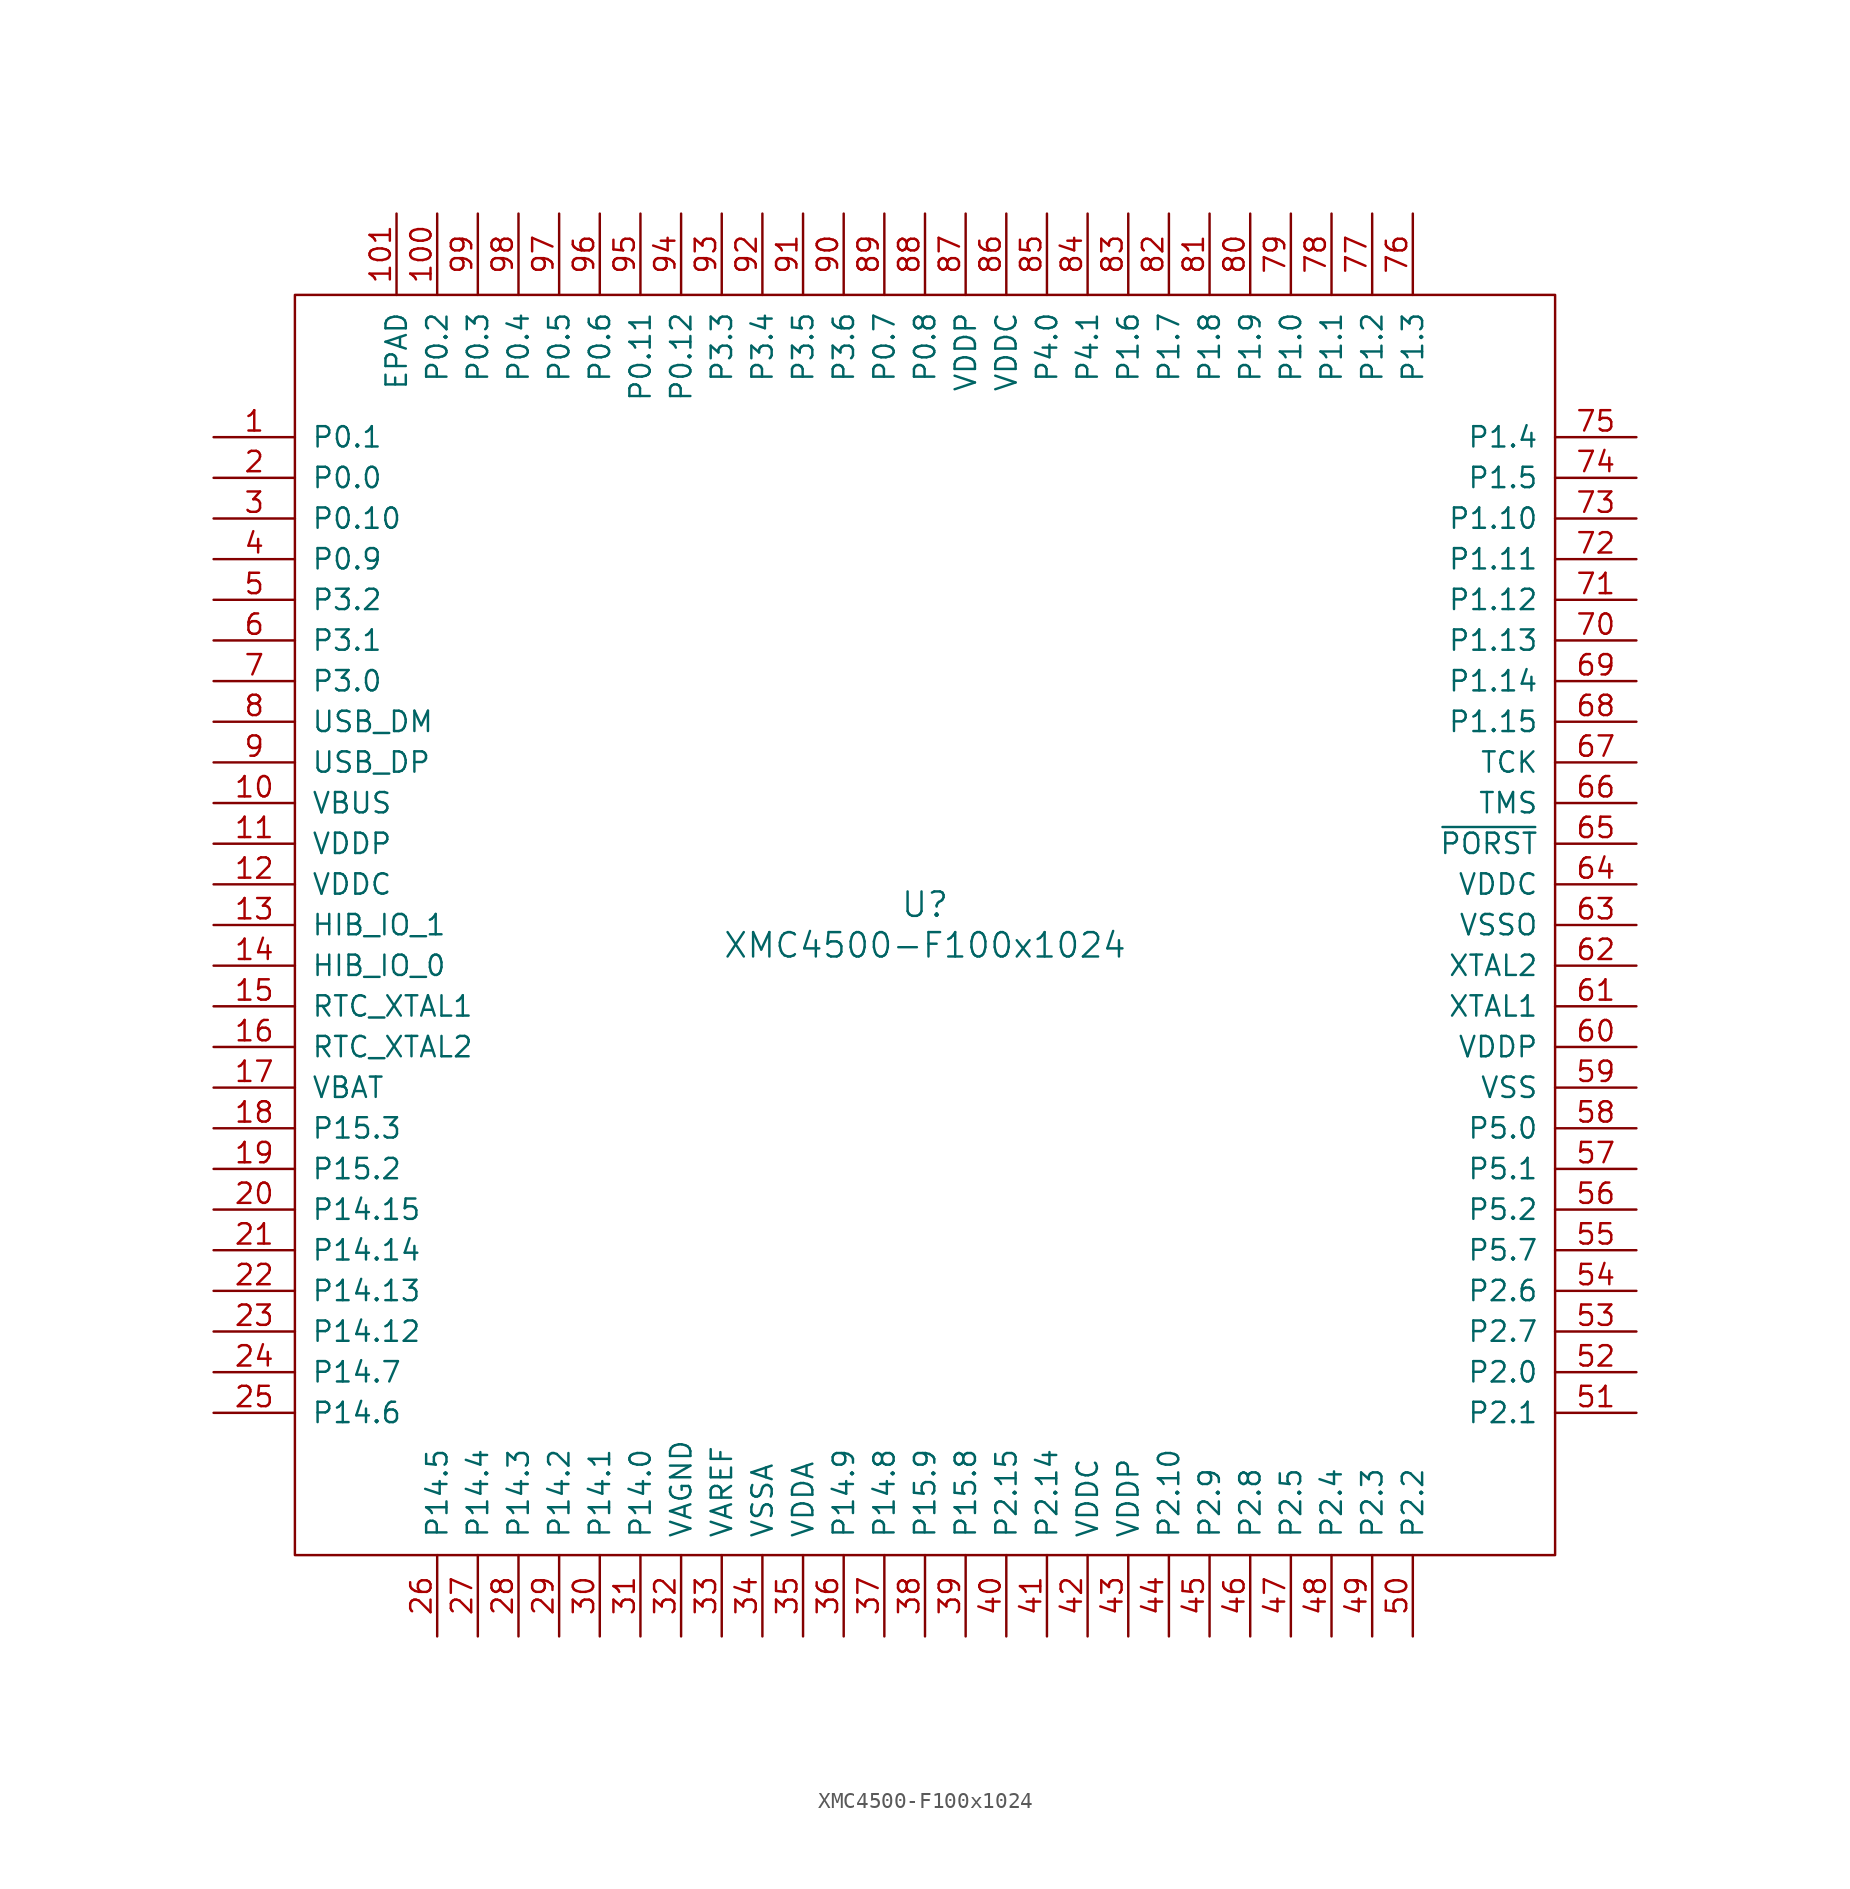
<source format=kicad_sym>
(kicad_symbol_lib
  (version 20201005)
  (generator kicad_symbol_editor)
  (symbol "XMC4500-F100x1024"
    (pin_names
      (offset 1.016))
    (property "Reference" "U"
      (at 0 1.27 0)
      (effects (font (size 1.524 1.524))))
    (property "Value" "XMC4500-F100x1024"
      (at 0 -1.27 0)
      (effects (font (size 1.524 1.524))))
    (symbol "XMC4500-F100x1024_0_1"
      (rectangle (start -39.37 39.37) (end 39.37 -39.37) (stroke (width 0)) (fill (type none))))
    (symbol "XMC4500-F100x1024_1_1"
      (pin bidirectional line (at -44.45 30.48 0) (length 5.08) (name "P0.1" (effects (font (size 1.27 1.27)))) (number "1" (effects (font (size 1.27 1.27)))))
      (pin power_in line (at -44.45 7.62 0) (length 5.08) (name "VBUS" (effects (font (size 1.27 1.27)))) (number "10" (effects (font (size 1.27 1.27)))))
      (pin bidirectional line (at -30.48 44.45 270) (length 5.08) (name "P0.2" (effects (font (size 1.27 1.27)))) (number "100" (effects (font (size 1.27 1.27)))))
      (pin passive line (at -33.02 44.45 270) (length 5.08) (name "EPAD" (effects (font (size 1.27 1.27)))) (number "101" (effects (font (size 1.27 1.27)))))
      (pin power_in line (at -44.45 5.08 0) (length 5.08) (name "VDDP" (effects (font (size 1.27 1.27)))) (number "11" (effects (font (size 1.27 1.27)))))
      (pin power_in line (at -44.45 2.54 0) (length 5.08) (name "VDDC" (effects (font (size 1.27 1.27)))) (number "12" (effects (font (size 1.27 1.27)))))
      (pin bidirectional line (at -44.45 0 0) (length 5.08) (name "HIB_IO_1" (effects (font (size 1.27 1.27)))) (number "13" (effects (font (size 1.27 1.27)))))
      (pin bidirectional line (at -44.45 -2.54 0) (length 5.08) (name "HIB_IO_0" (effects (font (size 1.27 1.27)))) (number "14" (effects (font (size 1.27 1.27)))))
      (pin input line (at -44.45 -5.08 0) (length 5.08) (name "RTC_XTAL1" (effects (font (size 1.27 1.27)))) (number "15" (effects (font (size 1.27 1.27)))))
      (pin output line (at -44.45 -7.62 0) (length 5.08) (name "RTC_XTAL2" (effects (font (size 1.27 1.27)))) (number "16" (effects (font (size 1.27 1.27)))))
      (pin power_in line (at -44.45 -10.16 0) (length 5.08) (name "VBAT" (effects (font (size 1.27 1.27)))) (number "17" (effects (font (size 1.27 1.27)))))
      (pin bidirectional line (at -44.45 -12.7 0) (length 5.08) (name "P15.3" (effects (font (size 1.27 1.27)))) (number "18" (effects (font (size 1.27 1.27)))))
      (pin bidirectional line (at -44.45 -15.24 0) (length 5.08) (name "P15.2" (effects (font (size 1.27 1.27)))) (number "19" (effects (font (size 1.27 1.27)))))
      (pin bidirectional line (at -44.45 27.94 0) (length 5.08) (name "P0.0" (effects (font (size 1.27 1.27)))) (number "2" (effects (font (size 1.27 1.27)))))
      (pin bidirectional line (at -44.45 -17.78 0) (length 5.08) (name "P14.15" (effects (font (size 1.27 1.27)))) (number "20" (effects (font (size 1.27 1.27)))))
      (pin bidirectional line (at -44.45 -20.32 0) (length 5.08) (name "P14.14" (effects (font (size 1.27 1.27)))) (number "21" (effects (font (size 1.27 1.27)))))
      (pin bidirectional line (at -44.45 -22.86 0) (length 5.08) (name "P14.13" (effects (font (size 1.27 1.27)))) (number "22" (effects (font (size 1.27 1.27)))))
      (pin bidirectional line (at -44.45 -25.4 0) (length 5.08) (name "P14.12" (effects (font (size 1.27 1.27)))) (number "23" (effects (font (size 1.27 1.27)))))
      (pin bidirectional line (at -44.45 -27.94 0) (length 5.08) (name "P14.7" (effects (font (size 1.27 1.27)))) (number "24" (effects (font (size 1.27 1.27)))))
      (pin bidirectional line (at -44.45 -30.48 0) (length 5.08) (name "P14.6" (effects (font (size 1.27 1.27)))) (number "25" (effects (font (size 1.27 1.27)))))
      (pin bidirectional line (at -30.48 -44.45 90) (length 5.08) (name "P14.5" (effects (font (size 1.27 1.27)))) (number "26" (effects (font (size 1.27 1.27)))))
      (pin bidirectional line (at -27.94 -44.45 90) (length 5.08) (name "P14.4" (effects (font (size 1.27 1.27)))) (number "27" (effects (font (size 1.27 1.27)))))
      (pin bidirectional line (at -25.4 -44.45 90) (length 5.08) (name "P14.3" (effects (font (size 1.27 1.27)))) (number "28" (effects (font (size 1.27 1.27)))))
      (pin bidirectional line (at -22.86 -44.45 90) (length 5.08) (name "P14.2" (effects (font (size 1.27 1.27)))) (number "29" (effects (font (size 1.27 1.27)))))
      (pin bidirectional line (at -44.45 25.4 0) (length 5.08) (name "P0.10" (effects (font (size 1.27 1.27)))) (number "3" (effects (font (size 1.27 1.27)))))
      (pin bidirectional line (at -20.32 -44.45 90) (length 5.08) (name "P14.1" (effects (font (size 1.27 1.27)))) (number "30" (effects (font (size 1.27 1.27)))))
      (pin bidirectional line (at -17.78 -44.45 90) (length 5.08) (name "P14.0" (effects (font (size 1.27 1.27)))) (number "31" (effects (font (size 1.27 1.27)))))
      (pin power_in line (at -15.24 -44.45 90) (length 5.08) (name "VAGND" (effects (font (size 1.27 1.27)))) (number "32" (effects (font (size 1.27 1.27)))))
      (pin power_in line (at -12.7 -44.45 90) (length 5.08) (name "VAREF" (effects (font (size 1.27 1.27)))) (number "33" (effects (font (size 1.27 1.27)))))
      (pin power_in line (at -10.16 -44.45 90) (length 5.08) (name "VSSA" (effects (font (size 1.27 1.27)))) (number "34" (effects (font (size 1.27 1.27)))))
      (pin power_in line (at -7.62 -44.45 90) (length 5.08) (name "VDDA" (effects (font (size 1.27 1.27)))) (number "35" (effects (font (size 1.27 1.27)))))
      (pin bidirectional line (at -5.08 -44.45 90) (length 5.08) (name "P14.9" (effects (font (size 1.27 1.27)))) (number "36" (effects (font (size 1.27 1.27)))))
      (pin bidirectional line (at -2.54 -44.45 90) (length 5.08) (name "P14.8" (effects (font (size 1.27 1.27)))) (number "37" (effects (font (size 1.27 1.27)))))
      (pin bidirectional line (at 0 -44.45 90) (length 5.08) (name "P15.9" (effects (font (size 1.27 1.27)))) (number "38" (effects (font (size 1.27 1.27)))))
      (pin bidirectional line (at 2.54 -44.45 90) (length 5.08) (name "P15.8" (effects (font (size 1.27 1.27)))) (number "39" (effects (font (size 1.27 1.27)))))
      (pin bidirectional line (at -44.45 22.86 0) (length 5.08) (name "P0.9" (effects (font (size 1.27 1.27)))) (number "4" (effects (font (size 1.27 1.27)))))
      (pin bidirectional line (at 5.08 -44.45 90) (length 5.08) (name "P2.15" (effects (font (size 1.27 1.27)))) (number "40" (effects (font (size 1.27 1.27)))))
      (pin bidirectional line (at 7.62 -44.45 90) (length 5.08) (name "P2.14" (effects (font (size 1.27 1.27)))) (number "41" (effects (font (size 1.27 1.27)))))
      (pin power_in line (at 10.16 -44.45 90) (length 5.08) (name "VDDC" (effects (font (size 1.27 1.27)))) (number "42" (effects (font (size 1.27 1.27)))))
      (pin power_in line (at 12.7 -44.45 90) (length 5.08) (name "VDDP" (effects (font (size 1.27 1.27)))) (number "43" (effects (font (size 1.27 1.27)))))
      (pin bidirectional line (at 15.24 -44.45 90) (length 5.08) (name "P2.10" (effects (font (size 1.27 1.27)))) (number "44" (effects (font (size 1.27 1.27)))))
      (pin bidirectional line (at 17.78 -44.45 90) (length 5.08) (name "P2.9" (effects (font (size 1.27 1.27)))) (number "45" (effects (font (size 1.27 1.27)))))
      (pin bidirectional line (at 20.32 -44.45 90) (length 5.08) (name "P2.8" (effects (font (size 1.27 1.27)))) (number "46" (effects (font (size 1.27 1.27)))))
      (pin bidirectional line (at 22.86 -44.45 90) (length 5.08) (name "P2.5" (effects (font (size 1.27 1.27)))) (number "47" (effects (font (size 1.27 1.27)))))
      (pin bidirectional line (at 25.4 -44.45 90) (length 5.08) (name "P2.4" (effects (font (size 1.27 1.27)))) (number "48" (effects (font (size 1.27 1.27)))))
      (pin bidirectional line (at 27.94 -44.45 90) (length 5.08) (name "P2.3" (effects (font (size 1.27 1.27)))) (number "49" (effects (font (size 1.27 1.27)))))
      (pin bidirectional line (at -44.45 20.32 0) (length 5.08) (name "P3.2" (effects (font (size 1.27 1.27)))) (number "5" (effects (font (size 1.27 1.27)))))
      (pin bidirectional line (at 30.48 -44.45 90) (length 5.08) (name "P2.2" (effects (font (size 1.27 1.27)))) (number "50" (effects (font (size 1.27 1.27)))))
      (pin bidirectional line (at 44.45 -30.48 180) (length 5.08) (name "P2.1" (effects (font (size 1.27 1.27)))) (number "51" (effects (font (size 1.27 1.27)))))
      (pin bidirectional line (at 44.45 -27.94 180) (length 5.08) (name "P2.0" (effects (font (size 1.27 1.27)))) (number "52" (effects (font (size 1.27 1.27)))))
      (pin bidirectional line (at 44.45 -25.4 180) (length 5.08) (name "P2.7" (effects (font (size 1.27 1.27)))) (number "53" (effects (font (size 1.27 1.27)))))
      (pin bidirectional line (at 44.45 -22.86 180) (length 5.08) (name "P2.6" (effects (font (size 1.27 1.27)))) (number "54" (effects (font (size 1.27 1.27)))))
      (pin bidirectional line (at 44.45 -20.32 180) (length 5.08) (name "P5.7" (effects (font (size 1.27 1.27)))) (number "55" (effects (font (size 1.27 1.27)))))
      (pin bidirectional line (at 44.45 -17.78 180) (length 5.08) (name "P5.2" (effects (font (size 1.27 1.27)))) (number "56" (effects (font (size 1.27 1.27)))))
      (pin bidirectional line (at 44.45 -15.24 180) (length 5.08) (name "P5.1" (effects (font (size 1.27 1.27)))) (number "57" (effects (font (size 1.27 1.27)))))
      (pin bidirectional line (at 44.45 -12.7 180) (length 5.08) (name "P5.0" (effects (font (size 1.27 1.27)))) (number "58" (effects (font (size 1.27 1.27)))))
      (pin power_in line (at 44.45 -10.16 180) (length 5.08) (name "VSS" (effects (font (size 1.27 1.27)))) (number "59" (effects (font (size 1.27 1.27)))))
      (pin bidirectional line (at -44.45 17.78 0) (length 5.08) (name "P3.1" (effects (font (size 1.27 1.27)))) (number "6" (effects (font (size 1.27 1.27)))))
      (pin power_in line (at 44.45 -7.62 180) (length 5.08) (name "VDDP" (effects (font (size 1.27 1.27)))) (number "60" (effects (font (size 1.27 1.27)))))
      (pin input line (at 44.45 -5.08 180) (length 5.08) (name "XTAL1" (effects (font (size 1.27 1.27)))) (number "61" (effects (font (size 1.27 1.27)))))
      (pin output line (at 44.45 -2.54 180) (length 5.08) (name "XTAL2" (effects (font (size 1.27 1.27)))) (number "62" (effects (font (size 1.27 1.27)))))
      (pin input line (at 44.45 0 180) (length 5.08) (name "VSSO" (effects (font (size 1.27 1.27)))) (number "63" (effects (font (size 1.27 1.27)))))
      (pin input line (at 44.45 2.54 180) (length 5.08) (name "VDDC" (effects (font (size 1.27 1.27)))) (number "64" (effects (font (size 1.27 1.27)))))
      (pin bidirectional line (at 44.45 5.08 180) (length 5.08) (name "~PORST" (effects (font (size 1.27 1.27)))) (number "65" (effects (font (size 1.27 1.27)))))
      (pin input line (at 44.45 7.62 180) (length 5.08) (name "TMS" (effects (font (size 1.27 1.27)))) (number "66" (effects (font (size 1.27 1.27)))))
      (pin input line (at 44.45 10.16 180) (length 5.08) (name "TCK" (effects (font (size 1.27 1.27)))) (number "67" (effects (font (size 1.27 1.27)))))
      (pin bidirectional line (at 44.45 12.7 180) (length 5.08) (name "P1.15" (effects (font (size 1.27 1.27)))) (number "68" (effects (font (size 1.27 1.27)))))
      (pin bidirectional line (at 44.45 15.24 180) (length 5.08) (name "P1.14" (effects (font (size 1.27 1.27)))) (number "69" (effects (font (size 1.27 1.27)))))
      (pin bidirectional line (at -44.45 15.24 0) (length 5.08) (name "P3.0" (effects (font (size 1.27 1.27)))) (number "7" (effects (font (size 1.27 1.27)))))
      (pin bidirectional line (at 44.45 17.78 180) (length 5.08) (name "P1.13" (effects (font (size 1.27 1.27)))) (number "70" (effects (font (size 1.27 1.27)))))
      (pin bidirectional line (at 44.45 20.32 180) (length 5.08) (name "P1.12" (effects (font (size 1.27 1.27)))) (number "71" (effects (font (size 1.27 1.27)))))
      (pin bidirectional line (at 44.45 22.86 180) (length 5.08) (name "P1.11" (effects (font (size 1.27 1.27)))) (number "72" (effects (font (size 1.27 1.27)))))
      (pin bidirectional line (at 44.45 25.4 180) (length 5.08) (name "P1.10" (effects (font (size 1.27 1.27)))) (number "73" (effects (font (size 1.27 1.27)))))
      (pin bidirectional line (at 44.45 27.94 180) (length 5.08) (name "P1.5" (effects (font (size 1.27 1.27)))) (number "74" (effects (font (size 1.27 1.27)))))
      (pin bidirectional line (at 44.45 30.48 180) (length 5.08) (name "P1.4" (effects (font (size 1.27 1.27)))) (number "75" (effects (font (size 1.27 1.27)))))
      (pin bidirectional line (at 30.48 44.45 270) (length 5.08) (name "P1.3" (effects (font (size 1.27 1.27)))) (number "76" (effects (font (size 1.27 1.27)))))
      (pin bidirectional line (at 27.94 44.45 270) (length 5.08) (name "P1.2" (effects (font (size 1.27 1.27)))) (number "77" (effects (font (size 1.27 1.27)))))
      (pin bidirectional line (at 25.4 44.45 270) (length 5.08) (name "P1.1" (effects (font (size 1.27 1.27)))) (number "78" (effects (font (size 1.27 1.27)))))
      (pin bidirectional line (at 22.86 44.45 270) (length 5.08) (name "P1.0" (effects (font (size 1.27 1.27)))) (number "79" (effects (font (size 1.27 1.27)))))
      (pin bidirectional line (at -44.45 12.7 0) (length 5.08) (name "USB_DM" (effects (font (size 1.27 1.27)))) (number "8" (effects (font (size 1.27 1.27)))))
      (pin bidirectional line (at 20.32 44.45 270) (length 5.08) (name "P1.9" (effects (font (size 1.27 1.27)))) (number "80" (effects (font (size 1.27 1.27)))))
      (pin bidirectional line (at 17.78 44.45 270) (length 5.08) (name "P1.8" (effects (font (size 1.27 1.27)))) (number "81" (effects (font (size 1.27 1.27)))))
      (pin bidirectional line (at 15.24 44.45 270) (length 5.08) (name "P1.7" (effects (font (size 1.27 1.27)))) (number "82" (effects (font (size 1.27 1.27)))))
      (pin bidirectional line (at 12.7 44.45 270) (length 5.08) (name "P1.6" (effects (font (size 1.27 1.27)))) (number "83" (effects (font (size 1.27 1.27)))))
      (pin bidirectional line (at 10.16 44.45 270) (length 5.08) (name "P4.1" (effects (font (size 1.27 1.27)))) (number "84" (effects (font (size 1.27 1.27)))))
      (pin bidirectional line (at 7.62 44.45 270) (length 5.08) (name "P4.0" (effects (font (size 1.27 1.27)))) (number "85" (effects (font (size 1.27 1.27)))))
      (pin power_in line (at 5.08 44.45 270) (length 5.08) (name "VDDC" (effects (font (size 1.27 1.27)))) (number "86" (effects (font (size 1.27 1.27)))))
      (pin power_in line (at 2.54 44.45 270) (length 5.08) (name "VDDP" (effects (font (size 1.27 1.27)))) (number "87" (effects (font (size 1.27 1.27)))))
      (pin bidirectional line (at 0 44.45 270) (length 5.08) (name "P0.8" (effects (font (size 1.27 1.27)))) (number "88" (effects (font (size 1.27 1.27)))))
      (pin bidirectional line (at -2.54 44.45 270) (length 5.08) (name "P0.7" (effects (font (size 1.27 1.27)))) (number "89" (effects (font (size 1.27 1.27)))))
      (pin bidirectional line (at -44.45 10.16 0) (length 5.08) (name "USB_DP" (effects (font (size 1.27 1.27)))) (number "9" (effects (font (size 1.27 1.27)))))
      (pin bidirectional line (at -5.08 44.45 270) (length 5.08) (name "P3.6" (effects (font (size 1.27 1.27)))) (number "90" (effects (font (size 1.27 1.27)))))
      (pin bidirectional line (at -7.62 44.45 270) (length 5.08) (name "P3.5" (effects (font (size 1.27 1.27)))) (number "91" (effects (font (size 1.27 1.27)))))
      (pin bidirectional line (at -10.16 44.45 270) (length 5.08) (name "P3.4" (effects (font (size 1.27 1.27)))) (number "92" (effects (font (size 1.27 1.27)))))
      (pin bidirectional line (at -12.7 44.45 270) (length 5.08) (name "P3.3" (effects (font (size 1.27 1.27)))) (number "93" (effects (font (size 1.27 1.27)))))
      (pin bidirectional line (at -15.24 44.45 270) (length 5.08) (name "P0.12" (effects (font (size 1.27 1.27)))) (number "94" (effects (font (size 1.27 1.27)))))
      (pin bidirectional line (at -17.78 44.45 270) (length 5.08) (name "P0.11" (effects (font (size 1.27 1.27)))) (number "95" (effects (font (size 1.27 1.27)))))
      (pin bidirectional line (at -20.32 44.45 270) (length 5.08) (name "P0.6" (effects (font (size 1.27 1.27)))) (number "96" (effects (font (size 1.27 1.27)))))
      (pin bidirectional line (at -22.86 44.45 270) (length 5.08) (name "P0.5" (effects (font (size 1.27 1.27)))) (number "97" (effects (font (size 1.27 1.27)))))
      (pin bidirectional line (at -25.4 44.45 270) (length 5.08) (name "P0.4" (effects (font (size 1.27 1.27)))) (number "98" (effects (font (size 1.27 1.27)))))
      (pin bidirectional line (at -27.94 44.45 270) (length 5.08) (name "P0.3" (effects (font (size 1.27 1.27)))) (number "99" (effects (font (size 1.27 1.27))))))))
</source>
